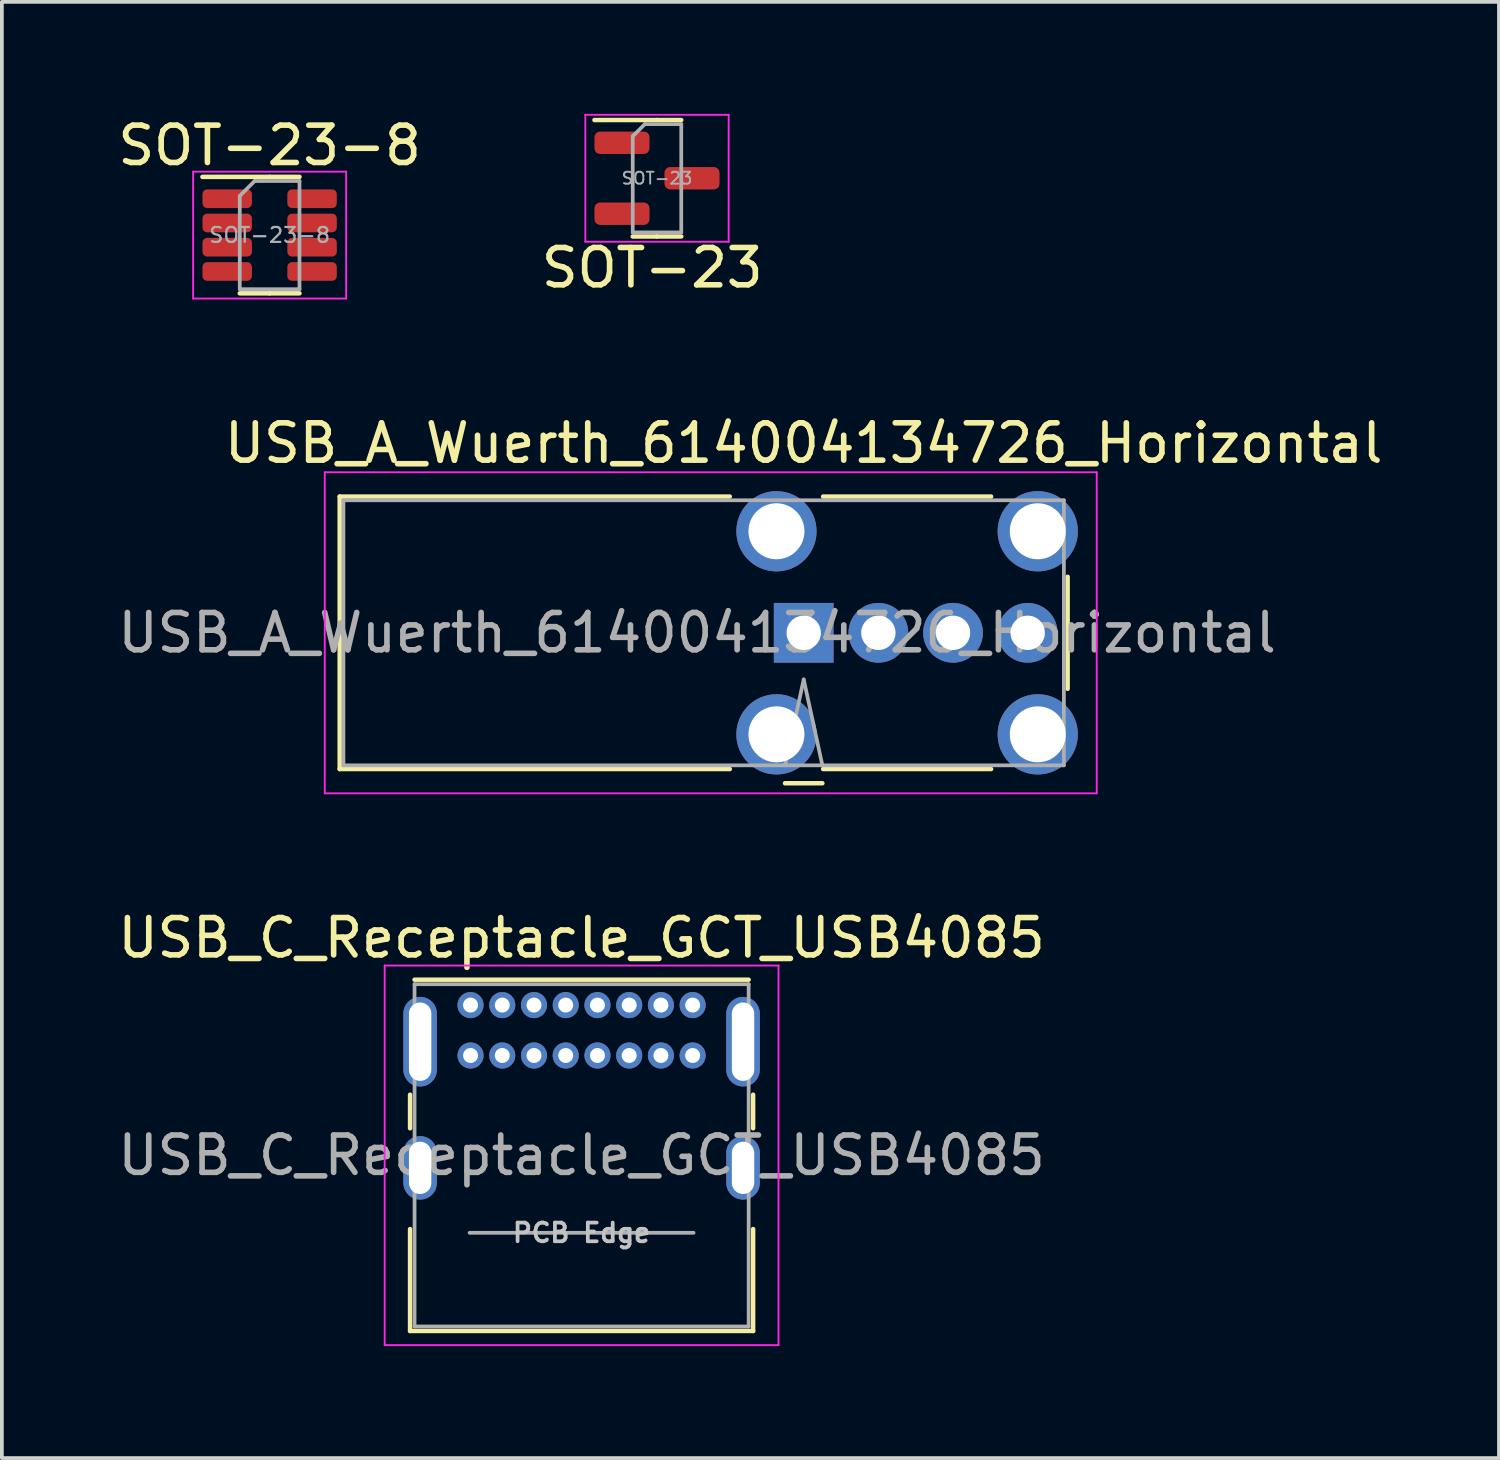
<source format=kicad_pcb>
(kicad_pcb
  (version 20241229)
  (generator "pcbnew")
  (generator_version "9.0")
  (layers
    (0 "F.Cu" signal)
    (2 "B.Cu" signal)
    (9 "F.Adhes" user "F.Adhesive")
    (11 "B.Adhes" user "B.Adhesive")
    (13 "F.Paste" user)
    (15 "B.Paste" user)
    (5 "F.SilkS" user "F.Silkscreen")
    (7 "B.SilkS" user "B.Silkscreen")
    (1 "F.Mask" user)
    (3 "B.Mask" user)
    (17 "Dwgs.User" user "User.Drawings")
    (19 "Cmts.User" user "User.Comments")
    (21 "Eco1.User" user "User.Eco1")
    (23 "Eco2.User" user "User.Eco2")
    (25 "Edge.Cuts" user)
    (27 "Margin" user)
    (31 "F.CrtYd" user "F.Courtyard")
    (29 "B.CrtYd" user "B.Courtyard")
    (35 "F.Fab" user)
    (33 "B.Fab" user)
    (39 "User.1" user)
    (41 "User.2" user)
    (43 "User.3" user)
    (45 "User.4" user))
  (footprint "USB_A_Wuerth_614004134726_Horizontal"
    (layer "F.Cu")
    (at 18.48 13.902)
    (property "Reference" "USB_A_Wuerth_614004134726_Horizontal" (at 0 -5.08 180) (layer "F.SilkS") (effects (font (size 1 1) (thickness 0.15))))
    (attr through_hole)
    (fp_line (start -12.43 -3.65) (end -12.43 3.65) (stroke (width 0.12) (type solid)) (layer "F.SilkS"))
    (fp_line (start -12.43 -3.65) (end -1.98 -3.65) (stroke (width 0.12) (type solid)) (layer "F.SilkS"))
    (fp_line (start -12.43 3.65) (end -1.98 3.65) (stroke (width 0.12) (type solid)) (layer "F.SilkS"))
    (fp_line (start -0.5 4.03) (end 0.5 4.03) (stroke (width 0.12) (type solid)) (layer "F.SilkS"))
    (fp_line (start 0.52 -3.65) (end 5.02 -3.65) (stroke (width 0.12) (type solid)) (layer "F.SilkS"))
    (fp_line (start 0.52 3.65) (end 5.02 3.65) (stroke (width 0.12) (type solid)) (layer "F.SilkS"))
    (fp_line (start 7.07 -1.5) (end 7.07 1.5) (stroke (width 0.12) (type solid)) (layer "F.SilkS"))
    (fp_line (start -12.83 -4.3) (end 7.85 -4.3) (stroke (width 0.05) (type solid)) (layer "F.CrtYd"))
    (fp_line (start -12.83 4.3) (end -12.83 -4.3) (stroke (width 0.05) (type solid)) (layer "F.CrtYd"))
    (fp_line (start 7.85 -4.3) (end 7.85 4.3) (stroke (width 0.05) (type solid)) (layer "F.CrtYd"))
    (fp_line (start 7.85 4.3) (end -12.83 4.3) (stroke (width 0.05) (type solid)) (layer "F.CrtYd"))
    (fp_line (start -12.33 -3.55) (end 6.97 -3.55) (stroke (width 0.1) (type solid)) (layer "F.Fab"))
    (fp_line (start -12.33 3.55) (end -12.33 -3.55) (stroke (width 0.1) (type solid)) (layer "F.Fab"))
    (fp_line (start -0.5 3.55) (end 0 1.25) (stroke (width 0.1) (type solid)) (layer "F.Fab"))
    (fp_line (start 0 1.25) (end 0.5 3.55) (stroke (width 0.1) (type solid)) (layer "F.Fab"))
    (fp_line (start 6.97 -3.55) (end 6.97 3.55) (stroke (width 0.1) (type solid)) (layer "F.Fab"))
    (fp_line (start 6.97 3.55) (end -12.33 3.55) (stroke (width 0.1) (type solid)) (layer "F.Fab"))
    (fp_text user "${REFERENCE}" (at -2.855 0 180) (layer "F.Fab") (effects (font (size 1 1) (thickness 0.15))))
    (pad "1" thru_hole rect (at 0 0) (size 1.6 1.6) (drill 0.92) (layers "*.Cu" "*.Mask"))
    (pad "2" thru_hole circle (at 2 0) (size 1.6 1.6) (drill 0.92) (layers "*.Cu" "*.Mask"))
    (pad "3" thru_hole circle (at 4 0) (size 1.6 1.6) (drill 0.92) (layers "*.Cu" "*.Mask"))
    (pad "4" thru_hole circle (at 6 0) (size 1.6 1.6) (drill 0.92) (layers "*.Cu" "*.Mask"))
    (pad "5" thru_hole circle (at -0.73 -2.72) (size 2.15 2.15) (drill 1.5) (layers "*.Cu" "*.Mask"))
    (pad "5" thru_hole circle (at -0.73 2.72) (size 2.15 2.15) (drill 1.5) (layers "*.Cu" "*.Mask"))
    (pad "5" thru_hole circle (at 6.27 -2.72) (size 2.15 2.15) (drill 1.5) (layers "*.Cu" "*.Mask"))
    (pad "5" thru_hole circle (at 6.27 2.72) (size 2.15 2.15) (drill 1.5) (layers "*.Cu" "*.Mask")))
  (footprint "SOT-23"
    (layer "F.Cu")
    (at 14.55 1.725)
    (property "Reference" "SOT-23" (at -0.128 2.4 180) (layer "F.SilkS") (effects (font (size 1 1) (thickness 0.15))))
    (attr smd)
    (fp_line (start 0 -1.56) (end -1.675 -1.56) (stroke (width 0.12) (type solid)) (layer "F.SilkS"))
    (fp_line (start 0 -1.56) (end 0.65 -1.56) (stroke (width 0.12) (type solid)) (layer "F.SilkS"))
    (fp_line (start 0 1.56) (end -0.65 1.56) (stroke (width 0.12) (type solid)) (layer "F.SilkS"))
    (fp_line (start 0 1.56) (end 0.65 1.56) (stroke (width 0.12) (type solid)) (layer "F.SilkS"))
    (fp_line (start -1.92 -1.7) (end -1.92 1.7) (stroke (width 0.05) (type solid)) (layer "F.CrtYd"))
    (fp_line (start -1.92 1.7) (end 1.92 1.7) (stroke (width 0.05) (type solid)) (layer "F.CrtYd"))
    (fp_line (start 1.92 -1.7) (end -1.92 -1.7) (stroke (width 0.05) (type solid)) (layer "F.CrtYd"))
    (fp_line (start 1.92 1.7) (end 1.92 -1.7) (stroke (width 0.05) (type solid)) (layer "F.CrtYd"))
    (fp_line (start -0.65 -1.125) (end -0.325 -1.45) (stroke (width 0.1) (type solid)) (layer "F.Fab"))
    (fp_line (start -0.65 1.45) (end -0.65 -1.125) (stroke (width 0.1) (type solid)) (layer "F.Fab"))
    (fp_line (start -0.325 -1.45) (end 0.65 -1.45) (stroke (width 0.1) (type solid)) (layer "F.Fab"))
    (fp_line (start 0.65 -1.45) (end 0.65 1.45) (stroke (width 0.1) (type solid)) (layer "F.Fab"))
    (fp_line (start 0.65 1.45) (end -0.65 1.45) (stroke (width 0.1) (type solid)) (layer "F.Fab"))
    (fp_text user "${REFERENCE}" (at 0 0 180) (layer "F.Fab") (effects (font (size 0.32 0.32) (thickness 0.05))))
    (pad "1" smd roundrect (at -0.938 -0.95) (size 1.475 0.6) (layers "F.Cu" "F.Mask" "F.Paste") (roundrect_rratio 0.25))
    (pad "2" smd roundrect (at -0.938 0.95) (size 1.475 0.6) (layers "F.Cu" "F.Mask" "F.Paste") (roundrect_rratio 0.25))
    (pad "3" smd roundrect (at 0.938 0) (size 1.475 0.6) (layers "F.Cu" "F.Mask" "F.Paste") (roundrect_rratio 0.25)))
  (footprint "SOT-23-8"
    (layer "F.Cu")
    (at 4.173 3.248)
    (property "Reference" "SOT-23-8" (at 0 -2.4 0) (layer "F.SilkS") (effects (font (size 1 1) (thickness 0.15))))
    (attr smd)
    (fp_line (start 0 -1.56) (end -1.8 -1.56) (stroke (width 0.12) (type solid)) (layer "F.SilkS"))
    (fp_line (start 0 -1.56) (end 0.8 -1.56) (stroke (width 0.12) (type solid)) (layer "F.SilkS"))
    (fp_line (start 0 1.56) (end -0.8 1.56) (stroke (width 0.12) (type solid)) (layer "F.SilkS"))
    (fp_line (start 0 1.56) (end 0.8 1.56) (stroke (width 0.12) (type solid)) (layer "F.SilkS"))
    (fp_line (start -2.05 -1.7) (end -2.05 1.7) (stroke (width 0.05) (type solid)) (layer "F.CrtYd"))
    (fp_line (start -2.05 1.7) (end 2.05 1.7) (stroke (width 0.05) (type solid)) (layer "F.CrtYd"))
    (fp_line (start 2.05 -1.7) (end -2.05 -1.7) (stroke (width 0.05) (type solid)) (layer "F.CrtYd"))
    (fp_line (start 2.05 1.7) (end 2.05 -1.7) (stroke (width 0.05) (type solid)) (layer "F.CrtYd"))
    (fp_line (start -0.8 -1.05) (end -0.4 -1.45) (stroke (width 0.1) (type solid)) (layer "F.Fab"))
    (fp_line (start -0.8 1.45) (end -0.8 -1.05) (stroke (width 0.1) (type solid)) (layer "F.Fab"))
    (fp_line (start -0.4 -1.45) (end 0.8 -1.45) (stroke (width 0.1) (type solid)) (layer "F.Fab"))
    (fp_line (start 0.8 -1.45) (end 0.8 1.45) (stroke (width 0.1) (type solid)) (layer "F.Fab"))
    (fp_line (start 0.8 1.45) (end -0.8 1.45) (stroke (width 0.1) (type solid)) (layer "F.Fab"))
    (fp_text user "${REFERENCE}" (at 0 0 0) (layer "F.Fab") (effects (font (size 0.4 0.4) (thickness 0.06))))
    (pad "1" smd roundrect (at -1.137 -0.975) (size 1.325 0.5) (layers "F.Cu" "F.Mask" "F.Paste") (roundrect_rratio 0.25))
    (pad "2" smd roundrect (at -1.137 -0.325) (size 1.325 0.5) (layers "F.Cu" "F.Mask" "F.Paste") (roundrect_rratio 0.25))
    (pad "3" smd roundrect (at -1.137 0.325) (size 1.325 0.5) (layers "F.Cu" "F.Mask" "F.Paste") (roundrect_rratio 0.25))
    (pad "4" smd roundrect (at -1.137 0.975) (size 1.325 0.5) (layers "F.Cu" "F.Mask" "F.Paste") (roundrect_rratio 0.25))
    (pad "5" smd roundrect (at 1.137 0.975) (size 1.325 0.5) (layers "F.Cu" "F.Mask" "F.Paste") (roundrect_rratio 0.25))
    (pad "6" smd roundrect (at 1.137 0.325) (size 1.325 0.5) (layers "F.Cu" "F.Mask" "F.Paste") (roundrect_rratio 0.25))
    (pad "7" smd roundrect (at 1.137 -0.325) (size 1.325 0.5) (layers "F.Cu" "F.Mask" "F.Paste") (roundrect_rratio 0.25))
    (pad "8" smd roundrect (at 1.137 -0.975) (size 1.325 0.5) (layers "F.Cu" "F.Mask" "F.Paste") (roundrect_rratio 0.25)))
  (footprint "USB_C_Receptacle_GCT_USB4085"
    (layer "F.Cu")
    (at 9.555 23.875)
    (property "Reference" "USB_C_Receptacle_GCT_USB4085" (at 2.975 -1.8 180) (layer "F.SilkS") (effects (font (size 1 1) (thickness 0.15))))
    (attr through_hole)
    (fp_line (start -1.62 2.4) (end -1.62 3.3) (stroke (width 0.12) (type solid)) (layer "F.SilkS"))
    (fp_line (start -1.62 6) (end -1.62 8.73) (stroke (width 0.12) (type solid)) (layer "F.SilkS"))
    (fp_line (start -1.62 8.73) (end 7.57 8.73) (stroke (width 0.12) (type solid)) (layer "F.SilkS"))
    (fp_line (start -1.5 -0.68) (end 7.45 -0.68) (stroke (width 0.12) (type solid)) (layer "F.SilkS"))
    (fp_line (start 7.57 2.4) (end 7.57 3.3) (stroke (width 0.12) (type solid)) (layer "F.SilkS"))
    (fp_line (start 7.57 6) (end 7.57 8.73) (stroke (width 0.12) (type solid)) (layer "F.SilkS"))
    (fp_line (start -2.3 -1.06) (end -2.3 9.11) (stroke (width 0.05) (type solid)) (layer "F.CrtYd"))
    (fp_line (start -2.3 -1.06) (end 8.25 -1.06) (stroke (width 0.05) (type solid)) (layer "F.CrtYd"))
    (fp_line (start -2.3 9.11) (end 8.25 9.11) (stroke (width 0.05) (type solid)) (layer "F.CrtYd"))
    (fp_line (start 8.25 -1.06) (end 8.25 9.11) (stroke (width 0.05) (type solid)) (layer "F.CrtYd"))
    (fp_line (start -1.5 -0.56) (end -1.5 8.61) (stroke (width 0.1) (type solid)) (layer "F.Fab"))
    (fp_line (start -1.5 -0.56) (end 7.45 -0.56) (stroke (width 0.1) (type solid)) (layer "F.Fab"))
    (fp_line (start -1.5 8.61) (end 7.45 8.61) (stroke (width 0.1) (type solid)) (layer "F.Fab"))
    (fp_line (start -0.025 6.1) (end 5.975 6.1) (stroke (width 0.1) (type solid)) (layer "F.Fab"))
    (fp_line (start 7.45 -0.56) (end 7.45 8.61) (stroke (width 0.1) (type solid)) (layer "F.Fab"))
    (fp_text user "PCB Edge" (at 2.975 6.1 180) (layer "Dwgs.User") (effects (font (size 0.5 0.5) (thickness 0.1))))
    (fp_text user "${REFERENCE}" (at 2.975 4.025 180) (layer "F.Fab") (effects (font (size 1 1) (thickness 0.15))))
    (pad "A1" thru_hole circle (at 0 0) (size 0.7 0.7) (drill 0.4) (layers "*.Cu" "*.Mask"))
    (pad "A4" thru_hole circle (at 0.85 0) (size 0.7 0.7) (drill 0.4) (layers "*.Cu" "*.Mask"))
    (pad "A5" thru_hole circle (at 1.7 0) (size 0.7 0.7) (drill 0.4) (layers "*.Cu" "*.Mask"))
    (pad "A6" thru_hole circle (at 2.55 0) (size 0.7 0.7) (drill 0.4) (layers "*.Cu" "*.Mask"))
    (pad "A7" thru_hole circle (at 3.4 0) (size 0.7 0.7) (drill 0.4) (layers "*.Cu" "*.Mask"))
    (pad "A8" thru_hole circle (at 4.25 0) (size 0.7 0.7) (drill 0.4) (layers "*.Cu" "*.Mask"))
    (pad "A9" thru_hole circle (at 5.1 0) (size 0.7 0.7) (drill 0.4) (layers "*.Cu" "*.Mask"))
    (pad "A12" thru_hole circle (at 5.95 0) (size 0.7 0.7) (drill 0.4) (layers "*.Cu" "*.Mask"))
    (pad "B1" thru_hole circle (at 5.95 1.35) (size 0.7 0.7) (drill 0.4) (layers "*.Cu" "*.Mask"))
    (pad "B4" thru_hole circle (at 5.1 1.35) (size 0.7 0.7) (drill 0.4) (layers "*.Cu" "*.Mask"))
    (pad "B5" thru_hole circle (at 4.25 1.35) (size 0.7 0.7) (drill 0.4) (layers "*.Cu" "*.Mask"))
    (pad "B6" thru_hole circle (at 3.4 1.35) (size 0.7 0.7) (drill 0.4) (layers "*.Cu" "*.Mask"))
    (pad "B7" thru_hole circle (at 2.55 1.35) (size 0.7 0.7) (drill 0.4) (layers "*.Cu" "*.Mask"))
    (pad "B8" thru_hole circle (at 1.7 1.35) (size 0.7 0.7) (drill 0.4) (layers "*.Cu" "*.Mask"))
    (pad "B9" thru_hole circle (at 0.85 1.35) (size 0.7 0.7) (drill 0.4) (layers "*.Cu" "*.Mask"))
    (pad "B12" thru_hole circle (at 0 1.35) (size 0.7 0.7) (drill 0.4) (layers "*.Cu" "*.Mask"))
    (pad "S1" thru_hole oval (at -1.35 0.98) (size 0.9 2.4) (drill oval 0.6 2.1) (layers "*.Cu" "*.Mask"))
    (pad "S1" thru_hole oval (at -1.35 4.36) (size 0.9 1.7) (drill oval 0.6 1.4) (layers "*.Cu" "*.Mask"))
    (pad "S1" thru_hole oval (at 7.3 0.98) (size 0.9 2.4) (drill oval 0.6 2.1) (layers "*.Cu" "*.Mask"))
    (pad "S1" thru_hole oval (at 7.3 4.36) (size 0.9 1.7) (drill oval 0.6 1.4) (layers "*.Cu" "*.Mask")))
  (gr_rect
    (start -3 -3)
    (end 37.105 36.01)
    (stroke (width 0.1) (type default))
    (fill no)
    (layer "Edge.Cuts")))
</source>
